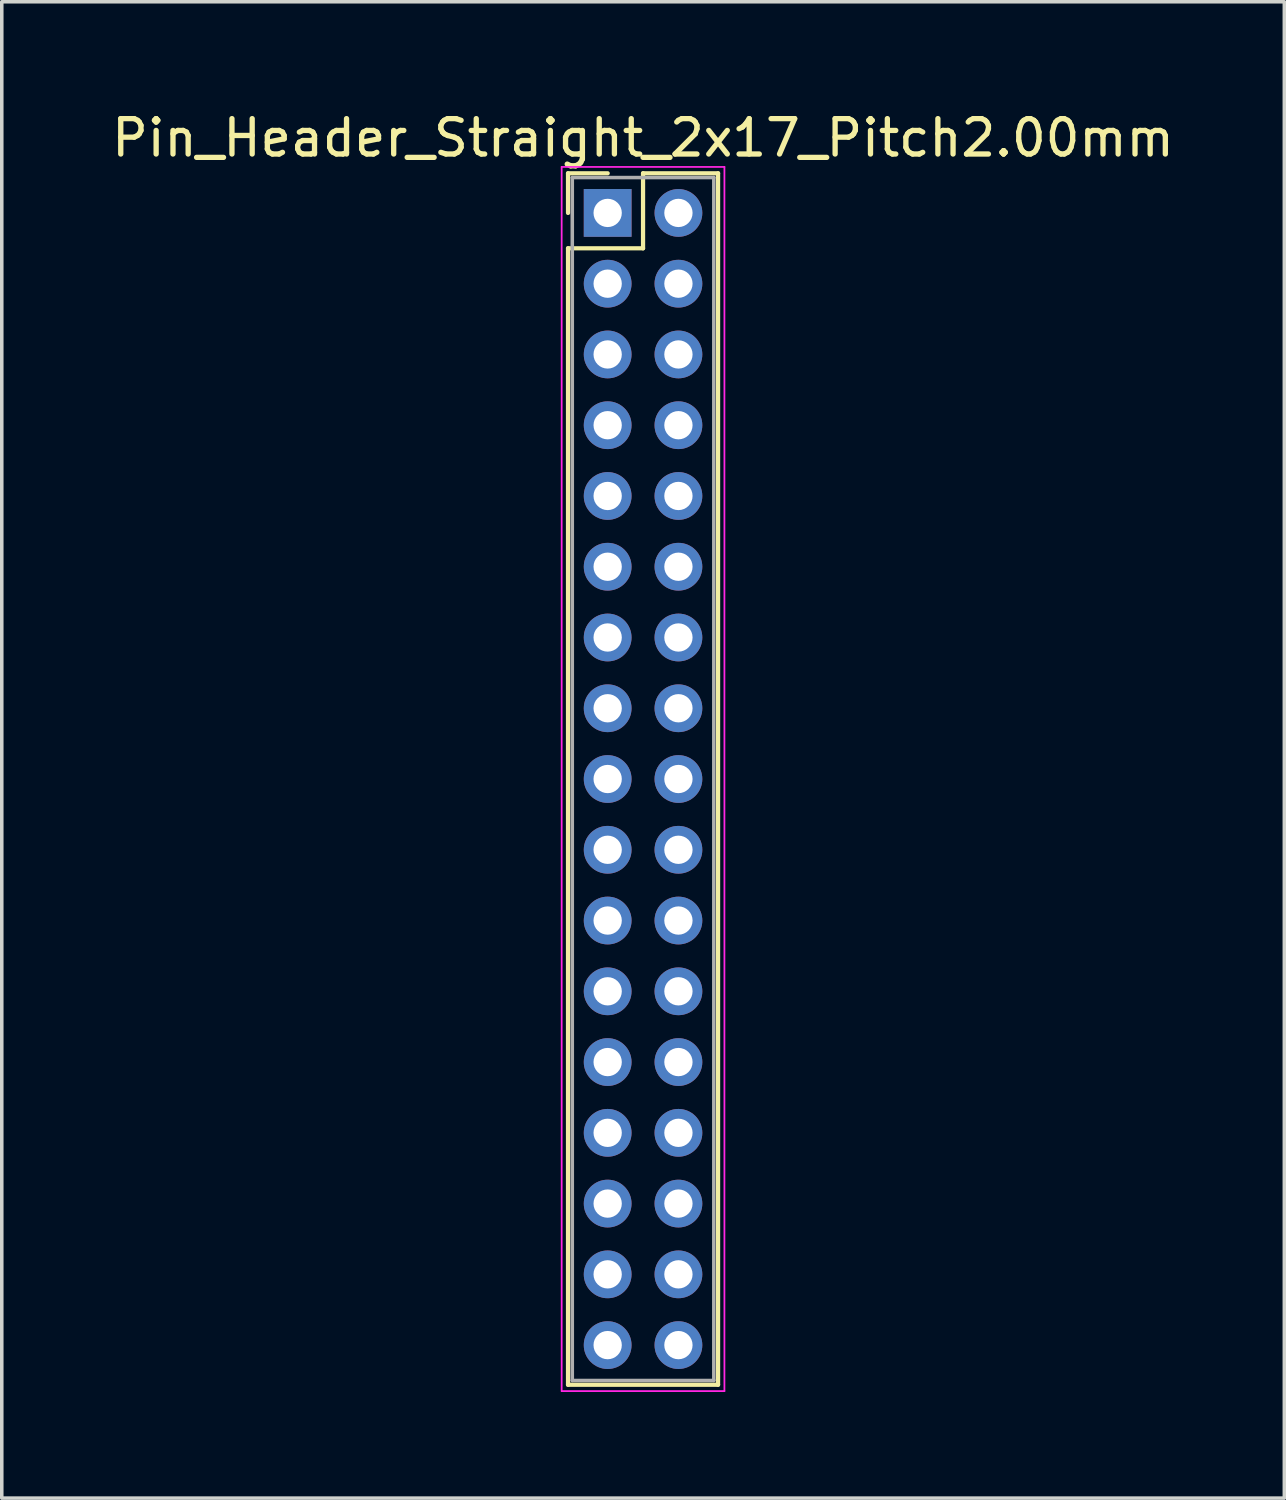
<source format=kicad_pcb>
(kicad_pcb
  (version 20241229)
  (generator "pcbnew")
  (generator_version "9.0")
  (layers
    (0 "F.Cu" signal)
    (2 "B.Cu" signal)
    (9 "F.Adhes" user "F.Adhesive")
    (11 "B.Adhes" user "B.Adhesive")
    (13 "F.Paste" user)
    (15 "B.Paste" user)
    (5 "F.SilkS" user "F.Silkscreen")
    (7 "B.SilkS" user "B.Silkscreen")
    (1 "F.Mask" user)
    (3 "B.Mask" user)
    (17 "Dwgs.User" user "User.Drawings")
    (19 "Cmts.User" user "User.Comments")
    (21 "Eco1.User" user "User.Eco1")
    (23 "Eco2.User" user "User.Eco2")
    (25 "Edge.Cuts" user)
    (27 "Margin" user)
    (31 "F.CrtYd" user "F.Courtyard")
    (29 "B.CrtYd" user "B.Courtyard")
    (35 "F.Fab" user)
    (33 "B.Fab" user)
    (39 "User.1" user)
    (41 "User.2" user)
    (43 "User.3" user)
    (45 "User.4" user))
  (footprint "Pin_Header_Straight_2x17_Pitch2.00mm"
    (layer "F.Cu")
    (at 14.125 2.968)
    (property "Reference" "Pin_Header_Straight_2x17_Pitch2.00mm" (at 1 -2.12 0) (layer "F.SilkS") (effects (font (size 1 1) (thickness 0.15))))
    (attr through_hole)
    (fp_line (start -1.12 -1.12) (end 0 -1.12) (stroke (width 0.12) (type solid)) (layer "F.SilkS"))
    (fp_line (start -1.12 0) (end -1.12 -1.12) (stroke (width 0.12) (type solid)) (layer "F.SilkS"))
    (fp_line (start -1.12 1) (end -1.12 33.12) (stroke (width 0.12) (type solid)) (layer "F.SilkS"))
    (fp_line (start -1.12 33.12) (end 3.12 33.12) (stroke (width 0.12) (type solid)) (layer "F.SilkS"))
    (fp_line (start 1 -1.12) (end 1 1) (stroke (width 0.12) (type solid)) (layer "F.SilkS"))
    (fp_line (start 1 1) (end -1.12 1) (stroke (width 0.12) (type solid)) (layer "F.SilkS"))
    (fp_line (start 3.12 -1.12) (end 1 -1.12) (stroke (width 0.12) (type solid)) (layer "F.SilkS"))
    (fp_line (start 3.12 33.12) (end 3.12 -1.12) (stroke (width 0.12) (type solid)) (layer "F.SilkS"))
    (fp_line (start -1.3 -1.3) (end -1.3 33.3) (stroke (width 0.05) (type solid)) (layer "F.CrtYd"))
    (fp_line (start -1.3 33.3) (end 3.3 33.3) (stroke (width 0.05) (type solid)) (layer "F.CrtYd"))
    (fp_line (start 3.3 -1.3) (end -1.3 -1.3) (stroke (width 0.05) (type solid)) (layer "F.CrtYd"))
    (fp_line (start 3.3 33.3) (end 3.3 -1.3) (stroke (width 0.05) (type solid)) (layer "F.CrtYd"))
    (fp_line (start -1 -1) (end -1 33) (stroke (width 0.1) (type solid)) (layer "F.Fab"))
    (fp_line (start -1 33) (end 3 33) (stroke (width 0.1) (type solid)) (layer "F.Fab"))
    (fp_line (start 3 -1) (end -1 -1) (stroke (width 0.1) (type solid)) (layer "F.Fab"))
    (fp_line (start 3 33) (end 3 -1) (stroke (width 0.1) (type solid)) (layer "F.Fab"))
    (pad "1" thru_hole rect (at 0 0) (size 1.35 1.35) (drill 0.8) (layers "*.Cu" "*.Mask"))
    (pad "2" thru_hole oval (at 2 0) (size 1.35 1.35) (drill 0.8) (layers "*.Cu" "*.Mask"))
    (pad "3" thru_hole oval (at 0 2) (size 1.35 1.35) (drill 0.8) (layers "*.Cu" "*.Mask"))
    (pad "4" thru_hole oval (at 2 2) (size 1.35 1.35) (drill 0.8) (layers "*.Cu" "*.Mask"))
    (pad "5" thru_hole oval (at 0 4) (size 1.35 1.35) (drill 0.8) (layers "*.Cu" "*.Mask"))
    (pad "6" thru_hole oval (at 2 4) (size 1.35 1.35) (drill 0.8) (layers "*.Cu" "*.Mask"))
    (pad "7" thru_hole oval (at 0 6) (size 1.35 1.35) (drill 0.8) (layers "*.Cu" "*.Mask"))
    (pad "8" thru_hole oval (at 2 6) (size 1.35 1.35) (drill 0.8) (layers "*.Cu" "*.Mask"))
    (pad "9" thru_hole oval (at 0 8) (size 1.35 1.35) (drill 0.8) (layers "*.Cu" "*.Mask"))
    (pad "10" thru_hole oval (at 2 8) (size 1.35 1.35) (drill 0.8) (layers "*.Cu" "*.Mask"))
    (pad "11" thru_hole oval (at 0 10) (size 1.35 1.35) (drill 0.8) (layers "*.Cu" "*.Mask"))
    (pad "12" thru_hole oval (at 2 10) (size 1.35 1.35) (drill 0.8) (layers "*.Cu" "*.Mask"))
    (pad "13" thru_hole oval (at 0 12) (size 1.35 1.35) (drill 0.8) (layers "*.Cu" "*.Mask"))
    (pad "14" thru_hole oval (at 2 12) (size 1.35 1.35) (drill 0.8) (layers "*.Cu" "*.Mask"))
    (pad "15" thru_hole oval (at 0 14) (size 1.35 1.35) (drill 0.8) (layers "*.Cu" "*.Mask"))
    (pad "16" thru_hole oval (at 2 14) (size 1.35 1.35) (drill 0.8) (layers "*.Cu" "*.Mask"))
    (pad "17" thru_hole oval (at 0 16) (size 1.35 1.35) (drill 0.8) (layers "*.Cu" "*.Mask"))
    (pad "18" thru_hole oval (at 2 16) (size 1.35 1.35) (drill 0.8) (layers "*.Cu" "*.Mask"))
    (pad "19" thru_hole oval (at 0 18) (size 1.35 1.35) (drill 0.8) (layers "*.Cu" "*.Mask"))
    (pad "20" thru_hole oval (at 2 18) (size 1.35 1.35) (drill 0.8) (layers "*.Cu" "*.Mask"))
    (pad "21" thru_hole oval (at 0 20) (size 1.35 1.35) (drill 0.8) (layers "*.Cu" "*.Mask"))
    (pad "22" thru_hole oval (at 2 20) (size 1.35 1.35) (drill 0.8) (layers "*.Cu" "*.Mask"))
    (pad "23" thru_hole oval (at 0 22) (size 1.35 1.35) (drill 0.8) (layers "*.Cu" "*.Mask"))
    (pad "24" thru_hole oval (at 2 22) (size 1.35 1.35) (drill 0.8) (layers "*.Cu" "*.Mask"))
    (pad "25" thru_hole oval (at 0 24) (size 1.35 1.35) (drill 0.8) (layers "*.Cu" "*.Mask"))
    (pad "26" thru_hole oval (at 2 24) (size 1.35 1.35) (drill 0.8) (layers "*.Cu" "*.Mask"))
    (pad "27" thru_hole oval (at 0 26) (size 1.35 1.35) (drill 0.8) (layers "*.Cu" "*.Mask"))
    (pad "28" thru_hole oval (at 2 26) (size 1.35 1.35) (drill 0.8) (layers "*.Cu" "*.Mask"))
    (pad "29" thru_hole oval (at 0 28) (size 1.35 1.35) (drill 0.8) (layers "*.Cu" "*.Mask"))
    (pad "30" thru_hole oval (at 2 28) (size 1.35 1.35) (drill 0.8) (layers "*.Cu" "*.Mask"))
    (pad "31" thru_hole oval (at 0 30) (size 1.35 1.35) (drill 0.8) (layers "*.Cu" "*.Mask"))
    (pad "32" thru_hole oval (at 2 30) (size 1.35 1.35) (drill 0.8) (layers "*.Cu" "*.Mask"))
    (pad "33" thru_hole oval (at 0 32) (size 1.35 1.35) (drill 0.8) (layers "*.Cu" "*.Mask"))
    (pad "34" thru_hole oval (at 2 32) (size 1.35 1.35) (drill 0.8) (layers "*.Cu" "*.Mask")))
  (gr_rect
    (start -3 -3)
    (end 33.25 39.293)
    (stroke (width 0.1) (type default))
    (fill no)
    (layer "Edge.Cuts")))
</source>
